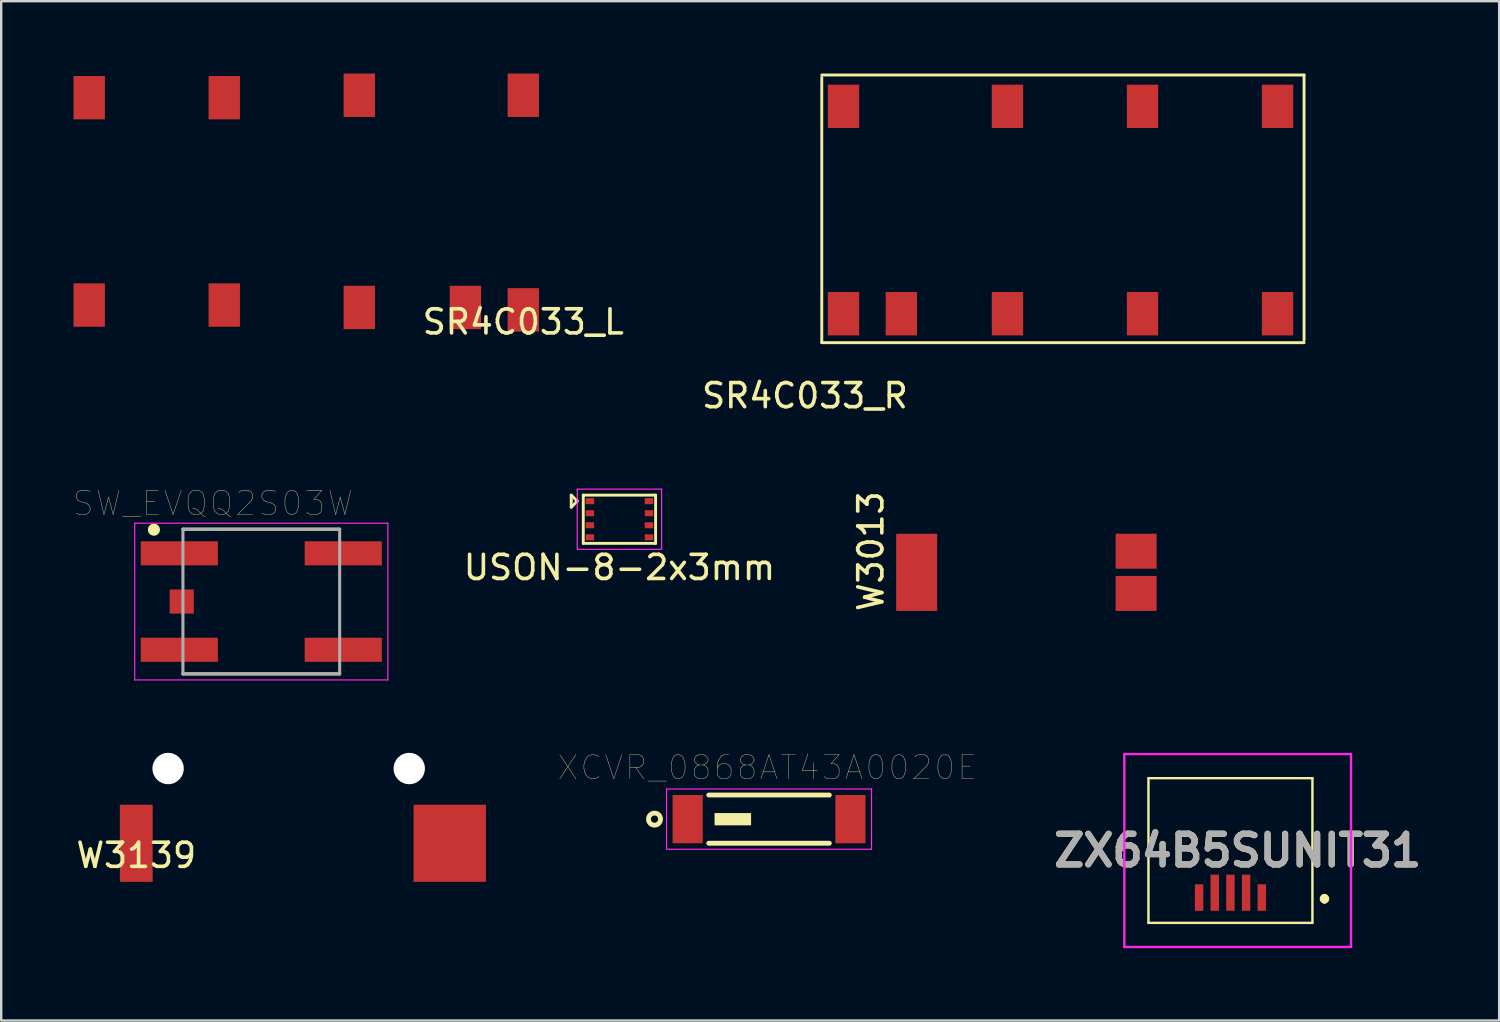
<source format=kicad_pcb>
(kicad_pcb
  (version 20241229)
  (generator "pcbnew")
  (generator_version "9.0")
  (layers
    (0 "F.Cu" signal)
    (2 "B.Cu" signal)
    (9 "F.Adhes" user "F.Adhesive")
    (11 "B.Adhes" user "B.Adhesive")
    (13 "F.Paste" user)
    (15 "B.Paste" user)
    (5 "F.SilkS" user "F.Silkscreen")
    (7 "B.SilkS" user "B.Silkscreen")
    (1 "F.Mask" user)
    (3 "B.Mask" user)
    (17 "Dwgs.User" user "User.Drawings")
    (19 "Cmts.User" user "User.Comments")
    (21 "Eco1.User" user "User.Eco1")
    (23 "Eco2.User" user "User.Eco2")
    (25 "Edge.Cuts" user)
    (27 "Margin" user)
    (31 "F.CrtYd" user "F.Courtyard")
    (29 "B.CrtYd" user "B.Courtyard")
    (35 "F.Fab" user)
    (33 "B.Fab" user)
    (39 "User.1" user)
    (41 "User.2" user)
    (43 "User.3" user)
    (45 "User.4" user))
  (footprint "USON-8-2x3mm"
    (layer "F.Cu")
    (at 22.638 18.483)
    (property "Reference" "USON-8-2x3mm" (at 0 2 0) (layer "F.SilkS") (effects (font (size 1 1) (thickness 0.15))))
    (attr through_hole)
    (fp_line (start -2 -1) (end -1.75 -0.75) (stroke (width 0.12) (type solid)) (layer "F.SilkS"))
    (fp_line (start -2 -0.75) (end -2 -1) (stroke (width 0.12) (type solid)) (layer "F.SilkS"))
    (fp_line (start -2 -0.5) (end -2 -0.75) (stroke (width 0.12) (type solid)) (layer "F.SilkS"))
    (fp_line (start -1.75 -0.75) (end -2 -0.5) (stroke (width 0.12) (type solid)) (layer "F.SilkS"))
    (fp_line (start -1.5 -1) (end -1.5 1) (stroke (width 0.12) (type solid)) (layer "F.SilkS"))
    (fp_line (start -1.5 1) (end 1.5 1) (stroke (width 0.12) (type solid)) (layer "F.SilkS"))
    (fp_line (start 1.5 -1) (end -1.5 -1) (stroke (width 0.12) (type solid)) (layer "F.SilkS"))
    (fp_line (start 1.5 1) (end 1.5 -1) (stroke (width 0.12) (type solid)) (layer "F.SilkS"))
    (fp_line (start -1.75 -1.25) (end -1.75 1.25) (stroke (width 0.05) (type solid)) (layer "F.CrtYd"))
    (fp_line (start -1.75 1.25) (end 1.75 1.25) (stroke (width 0.05) (type solid)) (layer "F.CrtYd"))
    (fp_line (start 1.75 -1.25) (end -1.75 -1.25) (stroke (width 0.05) (type solid)) (layer "F.CrtYd"))
    (fp_line (start 1.75 1.25) (end 1.75 -1.25) (stroke (width 0.05) (type solid)) (layer "F.CrtYd"))
    (pad "1" smd rect (at -1.225 -0.75) (size 0.35 0.25) (layers "F.Cu" "F.Mask" "F.Paste"))
    (pad "2" smd rect (at -1.225 -0.25) (size 0.35 0.25) (layers "F.Cu" "F.Mask" "F.Paste"))
    (pad "3" smd rect (at -1.225 0.25) (size 0.35 0.25) (layers "F.Cu" "F.Mask" "F.Paste"))
    (pad "4" smd rect (at -1.225 0.75) (size 0.35 0.25) (layers "F.Cu" "F.Mask" "F.Paste"))
    (pad "5" smd rect (at 1.225 0.75) (size 0.35 0.25) (layers "F.Cu" "F.Mask" "F.Paste"))
    (pad "6" smd rect (at 1.225 0.25) (size 0.35 0.25) (layers "F.Cu" "F.Mask" "F.Paste"))
    (pad "7" smd rect (at 1.225 -0.25) (size 0.35 0.25) (layers "F.Cu" "F.Mask" "F.Paste"))
    (pad "8" smd rect (at 1.225 -0.75) (size 0.35 0.25) (layers "F.Cu" "F.Mask" "F.Paste")))
  (footprint "ZX64B5SUNIT31"
    (layer "F.Cu")
    (at 48.276 32.221)
    (property "Reference" "ZX64B5SUNIT31" (at 0 0 0) (layer "F.SilkS") (effects (font (size 1.27 1.27) (thickness 0.254))))
    (attr smd)
    (fp_line (start -3.7 -3) (end 3.1 -3) (stroke (width 0.1) (type solid)) (layer "F.SilkS"))
    (fp_line (start -3.7 3) (end -3.7 -3) (stroke (width 0.1) (type solid)) (layer "F.SilkS"))
    (fp_line (start 3.1 -3) (end 3.1 3) (stroke (width 0.1) (type solid)) (layer "F.SilkS"))
    (fp_line (start 3.1 3) (end -3.7 3) (stroke (width 0.1) (type solid)) (layer "F.SilkS"))
    (fp_line (start 3.6 1.9) (end 3.6 1.9) (stroke (width 0.2) (type solid)) (layer "F.SilkS"))
    (fp_line (start 3.6 2.1) (end 3.6 2.1) (stroke (width 0.2) (type solid)) (layer "F.SilkS"))
    (fp_arc (start 3.6 1.9) (mid 3.7 2) (end 3.6 2.1) (stroke (width 0.2) (type solid)) (layer "F.SilkS"))
    (fp_arc (start 3.6 2.1) (mid 3.5 2) (end 3.6 1.9) (stroke (width 0.2) (type solid)) (layer "F.SilkS"))
    (fp_line (start -4.7 -4) (end 4.7 -4) (stroke (width 0.1) (type solid)) (layer "F.CrtYd"))
    (fp_line (start -4.7 4) (end -4.7 -4) (stroke (width 0.1) (type solid)) (layer "F.CrtYd"))
    (fp_line (start 4.7 -4) (end 4.7 4) (stroke (width 0.1) (type solid)) (layer "F.CrtYd"))
    (fp_line (start 4.7 4) (end -4.7 4) (stroke (width 0.1) (type solid)) (layer "F.CrtYd"))
    (fp_text user "${REFERENCE}" (at 0 0 0) (layer "F.Fab") (effects (font (size 1.27 1.27) (thickness 0.254))))
    (pad "1" smd rect (at 1 1.95) (size 0.35 1.1) (layers "F.Cu" "F.Mask" "F.Paste"))
    (pad "2" smd rect (at 0.35 1.75) (size 0.35 1.5) (layers "F.Cu" "F.Mask" "F.Paste"))
    (pad "3" smd rect (at -0.3 1.75) (size 0.35 1.5) (layers "F.Cu" "F.Mask" "F.Paste"))
    (pad "4" smd rect (at -0.95 1.75) (size 0.35 1.5) (layers "F.Cu" "F.Mask" "F.Paste"))
    (pad "5" smd rect (at -1.6 1.95) (size 0.35 1.1) (layers "F.Cu" "F.Mask" "F.Paste")))
  (footprint "SW_EVQQ2S03W"
    (layer "F.Cu")
    (at 7.786 21.896)
    (property "Reference" "SW_EVQQ2S03W" (at -2.008 -4.074 0) (layer "F.SilkS") (effects (font (size 1.004 1.004) (thickness 0.015))))
    (attr through_hole)
    (fp_line (start -3.25 -3) (end 3.25 -3) (stroke (width 0.127) (type solid)) (layer "F.SilkS"))
    (fp_line (start 3.25 3) (end -3.25 3) (stroke (width 0.127) (type solid)) (layer "F.SilkS"))
    (fp_circle (center -4.453 -2.98) (end -4.203 -2.98) (stroke (width 0) (type solid)) (fill yes) (layer "F.SilkS"))
    (fp_line (start -5.25 -3.25) (end 5.25 -3.25) (stroke (width 0.05) (type solid)) (layer "F.CrtYd"))
    (fp_line (start -5.25 3.25) (end -5.25 -3.25) (stroke (width 0.05) (type solid)) (layer "F.CrtYd"))
    (fp_line (start 5.25 -3.25) (end 5.25 3.25) (stroke (width 0.05) (type solid)) (layer "F.CrtYd"))
    (fp_line (start 5.25 3.25) (end -5.25 3.25) (stroke (width 0.05) (type solid)) (layer "F.CrtYd"))
    (fp_line (start -3.25 -3) (end 3.25 -3) (stroke (width 0.127) (type solid)) (layer "F.Fab"))
    (fp_line (start -3.25 3) (end -3.25 -3) (stroke (width 0.127) (type solid)) (layer "F.Fab"))
    (fp_line (start 3.25 -3) (end 3.25 3) (stroke (width 0.127) (type solid)) (layer "F.Fab"))
    (fp_line (start 3.25 3) (end -3.25 3) (stroke (width 0.127) (type solid)) (layer "F.Fab"))
    (pad "A" smd rect (at -3.4 -2) (size 3.2 1) (layers "F.Cu" "F.Mask" "F.Paste"))
    (pad "A1" smd rect (at 3.4 -2) (size 3.2 1) (layers "F.Cu" "F.Mask" "F.Paste"))
    (pad "B" smd rect (at -3.4 2) (size 3.2 1) (layers "F.Cu" "F.Mask" "F.Paste"))
    (pad "B1" smd rect (at 3.4 2) (size 3.2 1) (layers "F.Cu" "F.Mask" "F.Paste"))
    (pad "GND" smd rect (at -3.3 0) (size 1 1) (layers "F.Cu" "F.Mask" "F.Paste")))
  (footprint "W3013"
    (layer "F.Cu")
    (at 44.064 19.809)
    (property "Reference" "W3013" (at -11 0 90) (layer "F.SilkS") (effects (font (size 1 1) (thickness 0.15))))
    (attr through_hole)
    (pad "1" smd rect (at 0 0) (size 1.7 1.45) (layers "F.Cu" "F.Mask" "F.Paste"))
    (pad "2" smd rect (at 0 1.75) (size 1.7 1.45) (layers "F.Cu" "F.Mask" "F.Paste"))
    (pad "3" smd rect (at -9.1 0.875) (size 1.7 3.2) (layers "F.Cu" "F.Mask" "F.Paste")))
  (footprint "W3139"
    (layer "F.Cu")
    (at 2.601 31.921)
    (property "Reference" "W3139" (at 0 0.5 0) (layer "F.SilkS") (effects (font (size 1 1) (thickness 0.15))))
    (attr through_hole)
    (pad "" smd circle (at -0.18 -3.1) (size 1.3 1.3) (layers "F.Paste"))
    (pad "" np_thru_hole circle (at 1.32 -3.1) (size 1.3 1.3) (drill 1.3) (layers "*.Cu" "*.Mask"))
    (pad "" np_thru_hole circle (at 11.32 -3.1) (size 1.3 1.3) (drill 1.3) (layers "*.Cu" "*.Mask"))
    (pad "" smd circle (at 12.82 -3.1) (size 1.3 1.3) (layers "F.Paste"))
    (pad "1" smd rect (at 0 0) (size 1.36 3.2) (layers "F.Cu" "F.Mask" "F.Paste"))
    (pad "2" smd rect (at 13 0) (size 3 3.2) (layers "F.Cu" "F.Mask" "F.Paste")))
  (footprint "SR4C033_R"
    (layer "F.Cu")
    (at 31.929 9.96)
    (property "Reference" "SR4C033_R" (at -1.6 3.4 0) (layer "F.SilkS") (effects (font (size 1 1) (thickness 0.15))))
    (attr through_hole)
    (fp_line (start -0.9 -9.9) (end 19.1 -9.9) (stroke (width 0.12) (type solid)) (layer "F.SilkS"))
    (fp_line (start -0.9 1.2) (end -0.9 -9.8) (stroke (width 0.12) (type solid)) (layer "F.SilkS"))
    (fp_line (start 19.1 -9.9) (end 19.1 1.1) (stroke (width 0.12) (type solid)) (layer "F.SilkS"))
    (fp_line (start 19.1 1.2) (end -0.9 1.2) (stroke (width 0.12) (type solid)) (layer "F.SilkS"))
    (pad "1" smd rect (at 0 0) (size 1.3 1.8) (layers "F.Cu" "F.Mask" "F.Paste"))
    (pad "2" smd rect (at 2.4 0) (size 1.3 1.8) (layers "F.Cu" "F.Mask" "F.Paste"))
    (pad "3" smd rect (at 6.8 0) (size 1.3 1.8) (layers "F.Cu" "F.Mask" "F.Paste"))
    (pad "4" smd rect (at 12.4 0) (size 1.3 1.8) (layers "F.Cu" "F.Mask" "F.Paste"))
    (pad "5" smd rect (at 18 0) (size 1.3 1.8) (layers "F.Cu" "F.Mask" "F.Paste"))
    (pad "6" smd rect (at 18 -8.6) (size 1.3 1.8) (layers "F.Cu" "F.Mask" "F.Paste"))
    (pad "7" smd rect (at 12.4 -8.6) (size 1.3 1.8) (layers "F.Cu" "F.Mask" "F.Paste"))
    (pad "8" smd rect (at 6.8 -8.6) (size 1.3 1.8) (layers "F.Cu" "F.Mask" "F.Paste"))
    (pad "9" smd rect (at 0 -8.6) (size 1.3 1.8) (layers "F.Cu" "F.Mask" "F.Paste")))
  (footprint "SR4C033_L"
    (layer "F.Cu")
    (at 18.65 9.8)
    (property "Reference" "SR4C033_L" (at 0 0.5 0) (layer "F.SilkS") (effects (font (size 1 1) (thickness 0.15))))
    (attr through_hole)
    (pad "1" smd rect (at 0 0) (size 1.3 1.8) (layers "F.Cu" "F.Mask" "F.Paste"))
    (pad "2" smd rect (at -2.4 -0.1) (size 1.3 1.8) (layers "F.Cu" "F.Mask" "F.Paste"))
    (pad "3" smd rect (at -6.8 -0.1) (size 1.3 1.8) (layers "F.Cu" "F.Mask" "F.Paste"))
    (pad "4" smd rect (at -12.4 -0.2) (size 1.3 1.8) (layers "F.Cu" "F.Mask" "F.Paste"))
    (pad "5" smd rect (at -18 -0.2) (size 1.3 1.8) (layers "F.Cu" "F.Mask" "F.Paste"))
    (pad "6" smd rect (at -18 -8.8) (size 1.3 1.8) (layers "F.Cu" "F.Mask" "F.Paste"))
    (pad "7" smd rect (at -12.4 -8.8) (size 1.3 1.8) (layers "F.Cu" "F.Mask" "F.Paste"))
    (pad "8" smd rect (at -6.8 -8.9) (size 1.3 1.8) (layers "F.Cu" "F.Mask" "F.Paste"))
    (pad "9" smd rect (at 0 -8.9) (size 1.3 1.8) (layers "F.Cu" "F.Mask" "F.Paste")))
  (footprint "XCVR_0868AT43A0020E"
    (layer "F.Cu")
    (at 28.842 30.919)
    (property "Reference" "XCVR_0868AT43A0020E" (at -0.075 -2.136 0) (layer "F.SilkS") (effects (font (size 1.001 1.001) (thickness 0.015))))
    (attr through_hole)
    (fp_line (start -2.5 -1) (end 2.5 -1) (stroke (width 0.2) (type solid)) (layer "F.SilkS"))
    (fp_line (start -2.5 1) (end 2.5 1) (stroke (width 0.2) (type solid)) (layer "F.SilkS"))
    (fp_circle (center -4.75 0) (end -4.5 0) (stroke (width 0.2) (type solid)) (fill no) (layer "F.SilkS"))
    (fp_poly (pts (xy -2.252 -0.25) (xy -0.75 -0.25) (xy -0.75 0.25) (xy -2.252 0.25)) (stroke (width 0.01) (type solid)) (fill yes) (layer "F.SilkS"))
    (fp_line (start -4.25 -1.25) (end 4.25 -1.25) (stroke (width 0.05) (type solid)) (layer "F.CrtYd"))
    (fp_line (start -4.25 1.25) (end -4.25 -1.25) (stroke (width 0.05) (type solid)) (layer "F.CrtYd"))
    (fp_line (start 4.25 -1.25) (end 4.25 1.25) (stroke (width 0.05) (type solid)) (layer "F.CrtYd"))
    (fp_line (start 4.25 1.25) (end -4.25 1.25) (stroke (width 0.05) (type solid)) (layer "F.CrtYd"))
    (pad "1" smd rect (at -3.375 0) (size 1.25 2) (layers "F.Cu" "F.Mask" "F.Paste"))
    (pad "2" smd rect (at 3.375 0) (size 1.25 2) (layers "F.Cu" "F.Mask" "F.Paste")))
  (gr_rect
    (start -3 -3)
    (end 59.12 39.271)
    (stroke (width 0.1) (type default))
    (fill no)
    (layer "Edge.Cuts")))
</source>
